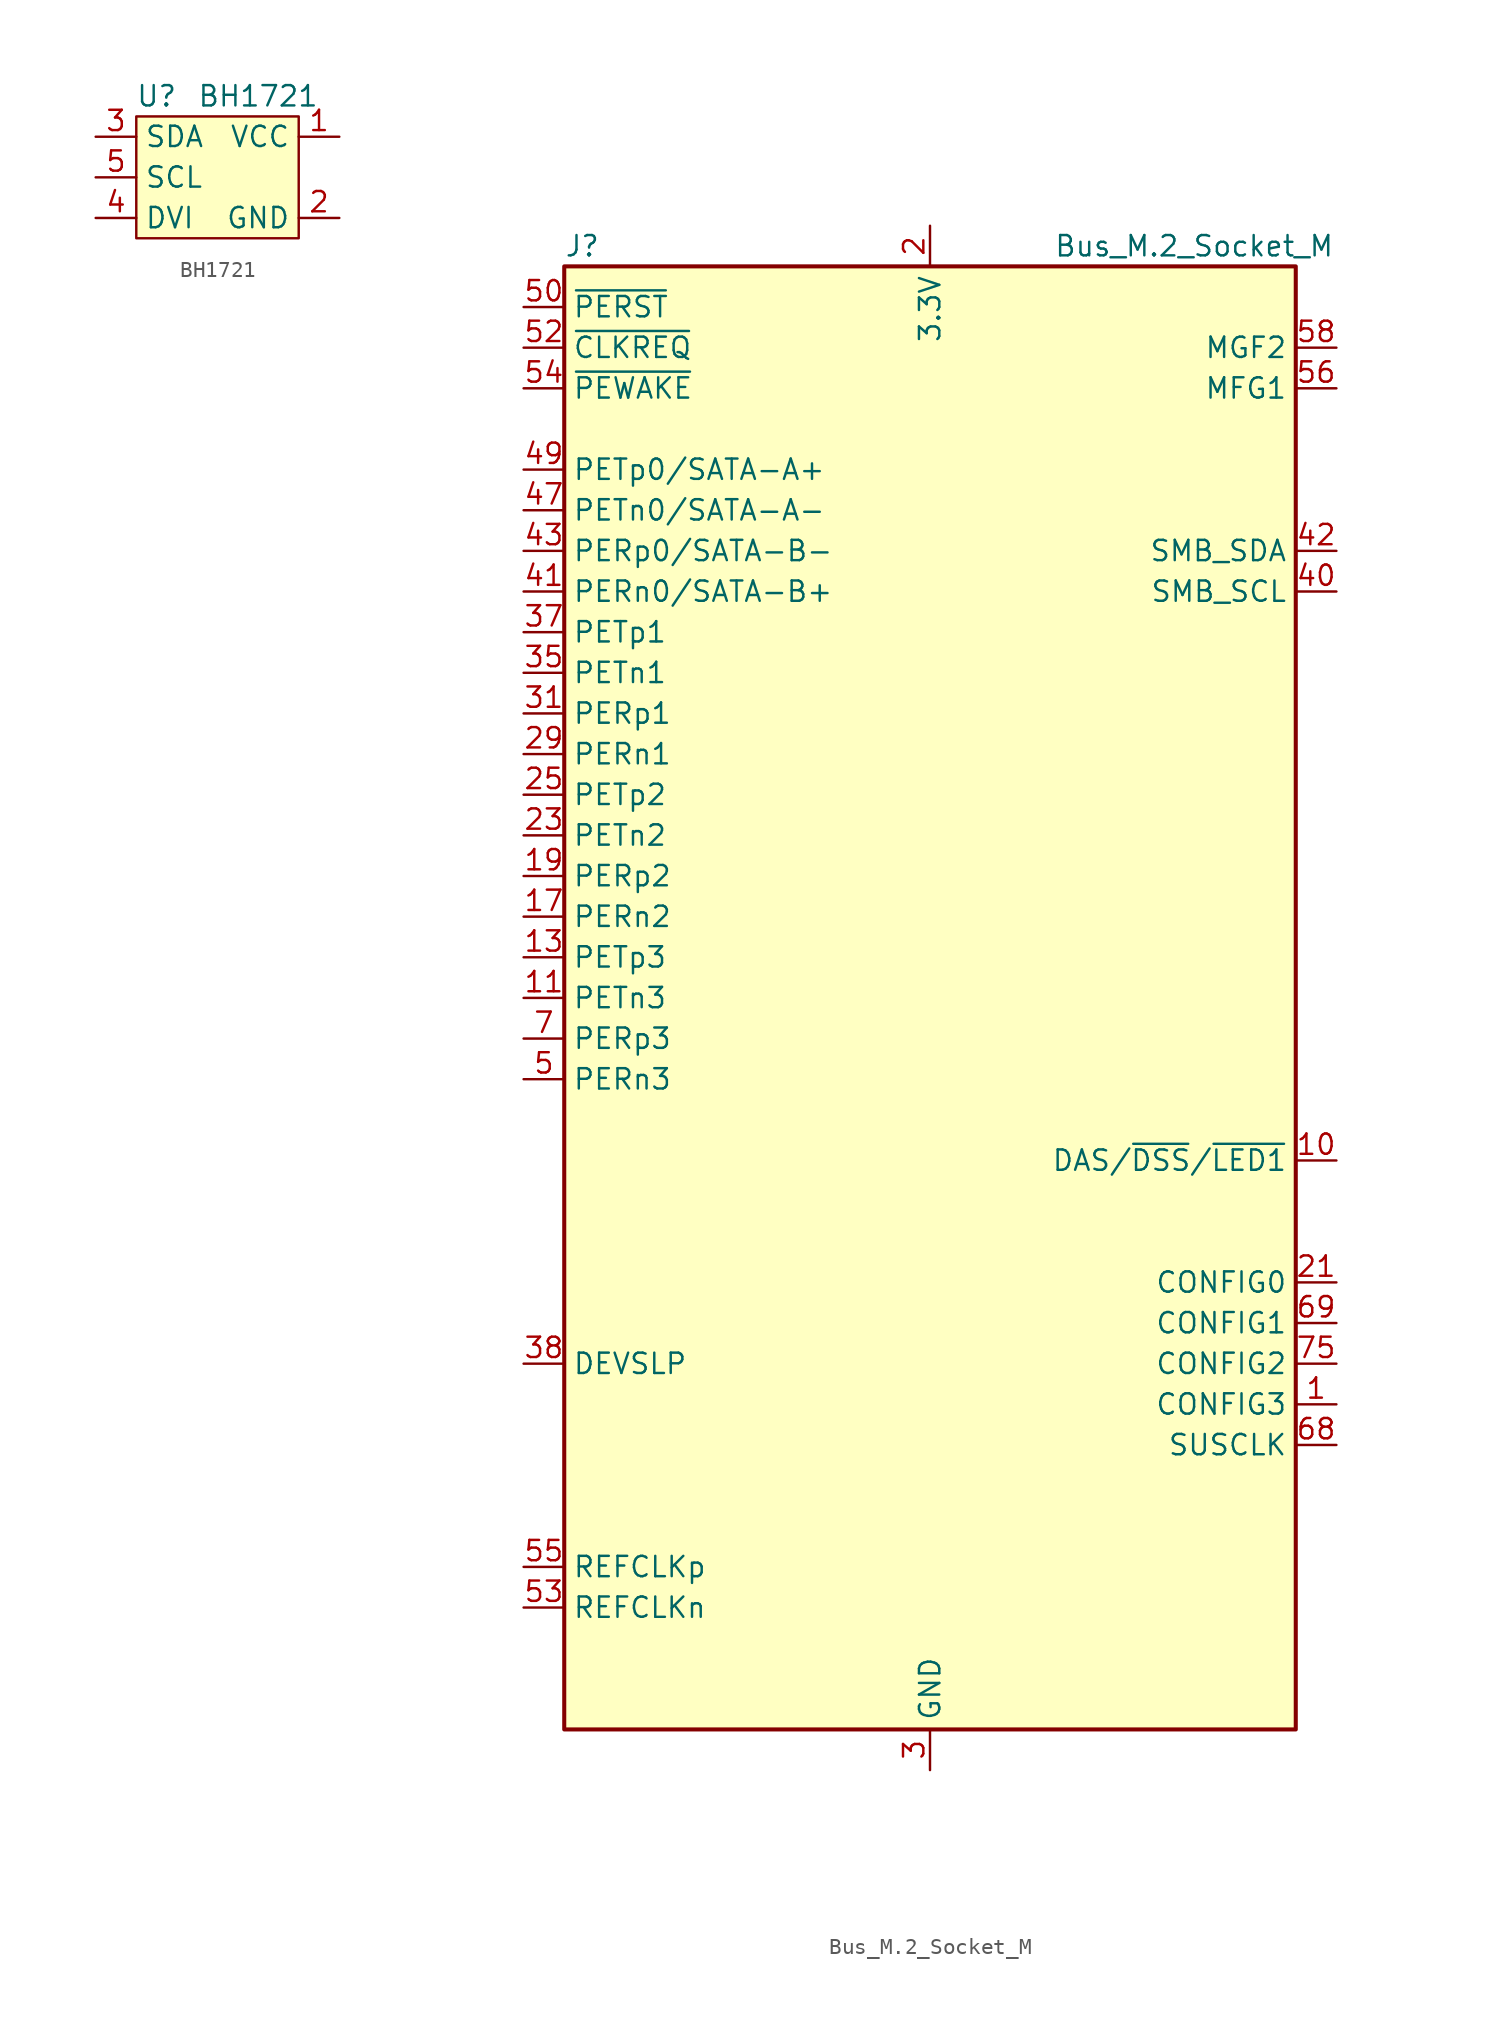
<source format=kicad_sym>
(kicad_symbol_lib
  (version 20211014)
  (generator kicad_symbol_editor)
  (symbol "BH1721"
    (property "Reference" "U"
      (at -3.81 5.08 0)
      (effects (font (size 1.27 1.27))))
    (property "Value" "BH1721"
      (at 2.54 5.08 0)
      (effects (font (size 1.27 1.27))))
    (symbol "BH1721_0_1"
      (rectangle (start -5.08 3.81) (end 5.08 -3.81) (stroke (width 0) (type default) (color 0 0 0 0)) (fill (type background))))
    (symbol "BH1721_1_1"
      (pin power_in line (at 7.62 2.54 180) (length 2.54) (name "VCC" (effects (font (size 1.27 1.27)))) (number "1" (effects (font (size 1.27 1.27)))))
      (pin power_in line (at 7.62 -2.54 180) (length 2.54) (name "GND" (effects (font (size 1.27 1.27)))) (number "2" (effects (font (size 1.27 1.27)))))
      (pin bidirectional line (at -7.62 2.54 0) (length 2.54) (name "SDA" (effects (font (size 1.27 1.27)))) (number "3" (effects (font (size 1.27 1.27)))))
      (pin input line (at -7.62 -2.54 0) (length 2.54) (name "DVI" (effects (font (size 1.27 1.27)))) (number "4" (effects (font (size 1.27 1.27)))))
      (pin input line (at -7.62 0 0) (length 2.54) (name "SCL" (effects (font (size 1.27 1.27)))) (number "5" (effects (font (size 1.27 1.27)))))))
  (symbol "Bus_M.2_Socket_M"
    (property "Reference" "J"
      (at -22.86 46.99 0)
      (effects (font (size 1.27 1.27)) (justify left)))
    (property "Value" "Bus_M.2_Socket_M"
      (at 16.51 46.99 0)
      (effects (font (size 1.27 1.27))))
    (symbol "Bus_M.2_Socket_M_0_1"
      (rectangle (start -22.86 45.72) (end 22.86 -45.72) (stroke (width 0.254) (type default) (color 0 0 0 0)) (fill (type background))))
    (symbol "Bus_M.2_Socket_M_1_1"
      (pin passive line (at 25.4 -25.4 180) (length 2.54) (name "CONFIG3" (effects (font (size 1.27 1.27)))) (number "1" (effects (font (size 1.27 1.27)))))
      (pin bidirectional line (at 25.4 -10.16 180) (length 2.54) (name "DAS/~{DSS}/~{LED1}" (effects (font (size 1.27 1.27)))) (number "10" (effects (font (size 1.27 1.27)))))
      (pin input line (at -25.4 0 0) (length 2.54) (name "PETn3" (effects (font (size 1.27 1.27)))) (number "11" (effects (font (size 1.27 1.27)))))
      (pin power_in line (at 0 48.26 270) (length 2.54) hide (name "3.3V" (effects (font (size 1.27 1.27)))) (number "12" (effects (font (size 1.27 1.27)))))
      (pin input line (at -25.4 2.54 0) (length 2.54) (name "PETp3" (effects (font (size 1.27 1.27)))) (number "13" (effects (font (size 1.27 1.27)))))
      (pin power_in line (at 0 48.26 270) (length 2.54) hide (name "3.3V" (effects (font (size 1.27 1.27)))) (number "14" (effects (font (size 1.27 1.27)))))
      (pin power_in line (at 0 -48.26 90) (length 2.54) hide (name "GND" (effects (font (size 1.27 1.27)))) (number "15" (effects (font (size 1.27 1.27)))))
      (pin power_in line (at 0 48.26 270) (length 2.54) hide (name "3.3V" (effects (font (size 1.27 1.27)))) (number "16" (effects (font (size 1.27 1.27)))))
      (pin output line (at -25.4 5.08 0) (length 2.54) (name "PERn2" (effects (font (size 1.27 1.27)))) (number "17" (effects (font (size 1.27 1.27)))))
      (pin power_in line (at 0 48.26 270) (length 2.54) hide (name "3.3V" (effects (font (size 1.27 1.27)))) (number "18" (effects (font (size 1.27 1.27)))))
      (pin output line (at -25.4 7.62 0) (length 2.54) (name "PERp2" (effects (font (size 1.27 1.27)))) (number "19" (effects (font (size 1.27 1.27)))))
      (pin power_in line (at 0 48.26 270) (length 2.54) (name "3.3V" (effects (font (size 1.27 1.27)))) (number "2" (effects (font (size 1.27 1.27)))))
      (pin no_connect line (at 22.86 2.54 180) (length 2.54) hide (name "NC" (effects (font (size 1.27 1.27)))) (number "20" (effects (font (size 1.27 1.27)))))
      (pin passive line (at 25.4 -17.78 180) (length 2.54) (name "CONFIG0" (effects (font (size 1.27 1.27)))) (number "21" (effects (font (size 1.27 1.27)))))
      (pin no_connect line (at 22.86 5.08 180) (length 2.54) hide (name "NC" (effects (font (size 1.27 1.27)))) (number "22" (effects (font (size 1.27 1.27)))))
      (pin input line (at -25.4 10.16 0) (length 2.54) (name "PETn2" (effects (font (size 1.27 1.27)))) (number "23" (effects (font (size 1.27 1.27)))))
      (pin no_connect line (at 22.86 7.62 180) (length 2.54) hide (name "NC" (effects (font (size 1.27 1.27)))) (number "24" (effects (font (size 1.27 1.27)))))
      (pin input line (at -25.4 12.7 0) (length 2.54) (name "PETp2" (effects (font (size 1.27 1.27)))) (number "25" (effects (font (size 1.27 1.27)))))
      (pin no_connect line (at 22.86 10.16 180) (length 2.54) hide (name "NC" (effects (font (size 1.27 1.27)))) (number "26" (effects (font (size 1.27 1.27)))))
      (pin power_in line (at 0 -48.26 90) (length 2.54) hide (name "GND" (effects (font (size 1.27 1.27)))) (number "27" (effects (font (size 1.27 1.27)))))
      (pin no_connect line (at 22.86 12.7 180) (length 2.54) hide (name "NC" (effects (font (size 1.27 1.27)))) (number "28" (effects (font (size 1.27 1.27)))))
      (pin output line (at -25.4 15.24 0) (length 2.54) (name "PERn1" (effects (font (size 1.27 1.27)))) (number "29" (effects (font (size 1.27 1.27)))))
      (pin power_in line (at 0 -48.26 90) (length 2.54) (name "GND" (effects (font (size 1.27 1.27)))) (number "3" (effects (font (size 1.27 1.27)))))
      (pin no_connect line (at 22.86 15.24 180) (length 2.54) hide (name "NC" (effects (font (size 1.27 1.27)))) (number "30" (effects (font (size 1.27 1.27)))))
      (pin output line (at -25.4 17.78 0) (length 2.54) (name "PERp1" (effects (font (size 1.27 1.27)))) (number "31" (effects (font (size 1.27 1.27)))))
      (pin no_connect line (at 22.86 17.78 180) (length 2.54) hide (name "NC" (effects (font (size 1.27 1.27)))) (number "32" (effects (font (size 1.27 1.27)))))
      (pin power_in line (at 0 -48.26 90) (length 2.54) hide (name "GND" (effects (font (size 1.27 1.27)))) (number "33" (effects (font (size 1.27 1.27)))))
      (pin no_connect line (at 22.86 20.32 180) (length 2.54) hide (name "NC" (effects (font (size 1.27 1.27)))) (number "34" (effects (font (size 1.27 1.27)))))
      (pin input line (at -25.4 20.32 0) (length 2.54) (name "PETn1" (effects (font (size 1.27 1.27)))) (number "35" (effects (font (size 1.27 1.27)))))
      (pin no_connect line (at 22.86 22.86 180) (length 2.54) hide (name "NC" (effects (font (size 1.27 1.27)))) (number "36" (effects (font (size 1.27 1.27)))))
      (pin input line (at -25.4 22.86 0) (length 2.54) (name "PETp1" (effects (font (size 1.27 1.27)))) (number "37" (effects (font (size 1.27 1.27)))))
      (pin input line (at -25.4 -22.86 0) (length 2.54) (name "DEVSLP" (effects (font (size 1.27 1.27)))) (number "38" (effects (font (size 1.27 1.27)))))
      (pin power_in line (at 0 -48.26 90) (length 2.54) hide (name "GND" (effects (font (size 1.27 1.27)))) (number "39" (effects (font (size 1.27 1.27)))))
      (pin power_in line (at 0 48.26 270) (length 2.54) hide (name "3.3V" (effects (font (size 1.27 1.27)))) (number "4" (effects (font (size 1.27 1.27)))))
      (pin bidirectional line (at 25.4 25.4 180) (length 2.54) (name "SMB_SCL" (effects (font (size 1.27 1.27)))) (number "40" (effects (font (size 1.27 1.27)))))
      (pin output line (at -25.4 25.4 0) (length 2.54) (name "PERn0/SATA-B+" (effects (font (size 1.27 1.27)))) (number "41" (effects (font (size 1.27 1.27)))))
      (pin bidirectional line (at 25.4 27.94 180) (length 2.54) (name "SMB_SDA" (effects (font (size 1.27 1.27)))) (number "42" (effects (font (size 1.27 1.27)))))
      (pin output line (at -25.4 27.94 0) (length 2.54) (name "PERp0/SATA-B-" (effects (font (size 1.27 1.27)))) (number "43" (effects (font (size 1.27 1.27)))))
      (pin no_connect line (at 22.86 30.48 180) (length 2.54) hide (name "NC" (effects (font (size 1.27 1.27)))) (number "44" (effects (font (size 1.27 1.27)))))
      (pin power_in line (at 0 -48.26 90) (length 2.54) hide (name "GND" (effects (font (size 1.27 1.27)))) (number "45" (effects (font (size 1.27 1.27)))))
      (pin no_connect line (at 22.86 33.02 180) (length 2.54) hide (name "NC" (effects (font (size 1.27 1.27)))) (number "46" (effects (font (size 1.27 1.27)))))
      (pin input line (at -25.4 30.48 0) (length 2.54) (name "PETn0/SATA-A-" (effects (font (size 1.27 1.27)))) (number "47" (effects (font (size 1.27 1.27)))))
      (pin no_connect line (at 22.86 35.56 180) (length 2.54) hide (name "NC" (effects (font (size 1.27 1.27)))) (number "48" (effects (font (size 1.27 1.27)))))
      (pin input line (at -25.4 33.02 0) (length 2.54) (name "PETp0/SATA-A+" (effects (font (size 1.27 1.27)))) (number "49" (effects (font (size 1.27 1.27)))))
      (pin output line (at -25.4 -5.08 0) (length 2.54) (name "PERn3" (effects (font (size 1.27 1.27)))) (number "5" (effects (font (size 1.27 1.27)))))
      (pin input line (at -25.4 43.18 0) (length 2.54) (name "~{PERST}" (effects (font (size 1.27 1.27)))) (number "50" (effects (font (size 1.27 1.27)))))
      (pin power_in line (at 0 -48.26 90) (length 2.54) hide (name "GND" (effects (font (size 1.27 1.27)))) (number "51" (effects (font (size 1.27 1.27)))))
      (pin bidirectional line (at -25.4 40.64 0) (length 2.54) (name "~{CLKREQ}" (effects (font (size 1.27 1.27)))) (number "52" (effects (font (size 1.27 1.27)))))
      (pin input line (at -25.4 -38.1 0) (length 2.54) (name "REFCLKn" (effects (font (size 1.27 1.27)))) (number "53" (effects (font (size 1.27 1.27)))))
      (pin bidirectional line (at -25.4 38.1 0) (length 2.54) (name "~{PEWAKE}" (effects (font (size 1.27 1.27)))) (number "54" (effects (font (size 1.27 1.27)))))
      (pin input line (at -25.4 -35.56 0) (length 2.54) (name "REFCLKp" (effects (font (size 1.27 1.27)))) (number "55" (effects (font (size 1.27 1.27)))))
      (pin passive line (at 25.4 38.1 180) (length 2.54) (name "MFG1" (effects (font (size 1.27 1.27)))) (number "56" (effects (font (size 1.27 1.27)))))
      (pin power_in line (at 0 -48.26 90) (length 2.54) hide (name "GND" (effects (font (size 1.27 1.27)))) (number "57" (effects (font (size 1.27 1.27)))))
      (pin passive line (at 25.4 40.64 180) (length 2.54) (name "MGF2" (effects (font (size 1.27 1.27)))) (number "58" (effects (font (size 1.27 1.27)))))
      (pin no_connect line (at 22.86 -2.54 180) (length 2.54) hide (name "NC" (effects (font (size 1.27 1.27)))) (number "6" (effects (font (size 1.27 1.27)))))
      (pin no_connect line (at 22.86 -5.08 180) (length 2.54) hide (name "NC" (effects (font (size 1.27 1.27)))) (number "67" (effects (font (size 1.27 1.27)))))
      (pin input line (at 25.4 -27.94 180) (length 2.54) (name "SUSCLK" (effects (font (size 1.27 1.27)))) (number "68" (effects (font (size 1.27 1.27)))))
      (pin passive line (at 25.4 -20.32 180) (length 2.54) (name "CONFIG1" (effects (font (size 1.27 1.27)))) (number "69" (effects (font (size 1.27 1.27)))))
      (pin output line (at -25.4 -2.54 0) (length 2.54) (name "PERp3" (effects (font (size 1.27 1.27)))) (number "7" (effects (font (size 1.27 1.27)))))
      (pin power_in line (at 0 48.26 270) (length 2.54) hide (name "3.3V" (effects (font (size 1.27 1.27)))) (number "70" (effects (font (size 1.27 1.27)))))
      (pin power_in line (at 0 -48.26 90) (length 2.54) hide (name "GND" (effects (font (size 1.27 1.27)))) (number "71" (effects (font (size 1.27 1.27)))))
      (pin power_in line (at 0 48.26 270) (length 2.54) hide (name "3.3V" (effects (font (size 1.27 1.27)))) (number "72" (effects (font (size 1.27 1.27)))))
      (pin power_in line (at 0 -48.26 90) (length 2.54) hide (name "GND" (effects (font (size 1.27 1.27)))) (number "73" (effects (font (size 1.27 1.27)))))
      (pin power_in line (at 0 48.26 270) (length 2.54) hide (name "3.3V" (effects (font (size 1.27 1.27)))) (number "74" (effects (font (size 1.27 1.27)))))
      (pin passive line (at 25.4 -22.86 180) (length 2.54) (name "CONFIG2" (effects (font (size 1.27 1.27)))) (number "75" (effects (font (size 1.27 1.27)))))
      (pin no_connect line (at 22.86 0 180) (length 2.54) hide (name "NC" (effects (font (size 1.27 1.27)))) (number "8" (effects (font (size 1.27 1.27)))))
      (pin power_in line (at 0 -48.26 90) (length 2.54) hide (name "GND" (effects (font (size 1.27 1.27)))) (number "9" (effects (font (size 1.27 1.27))))))))
</source>
